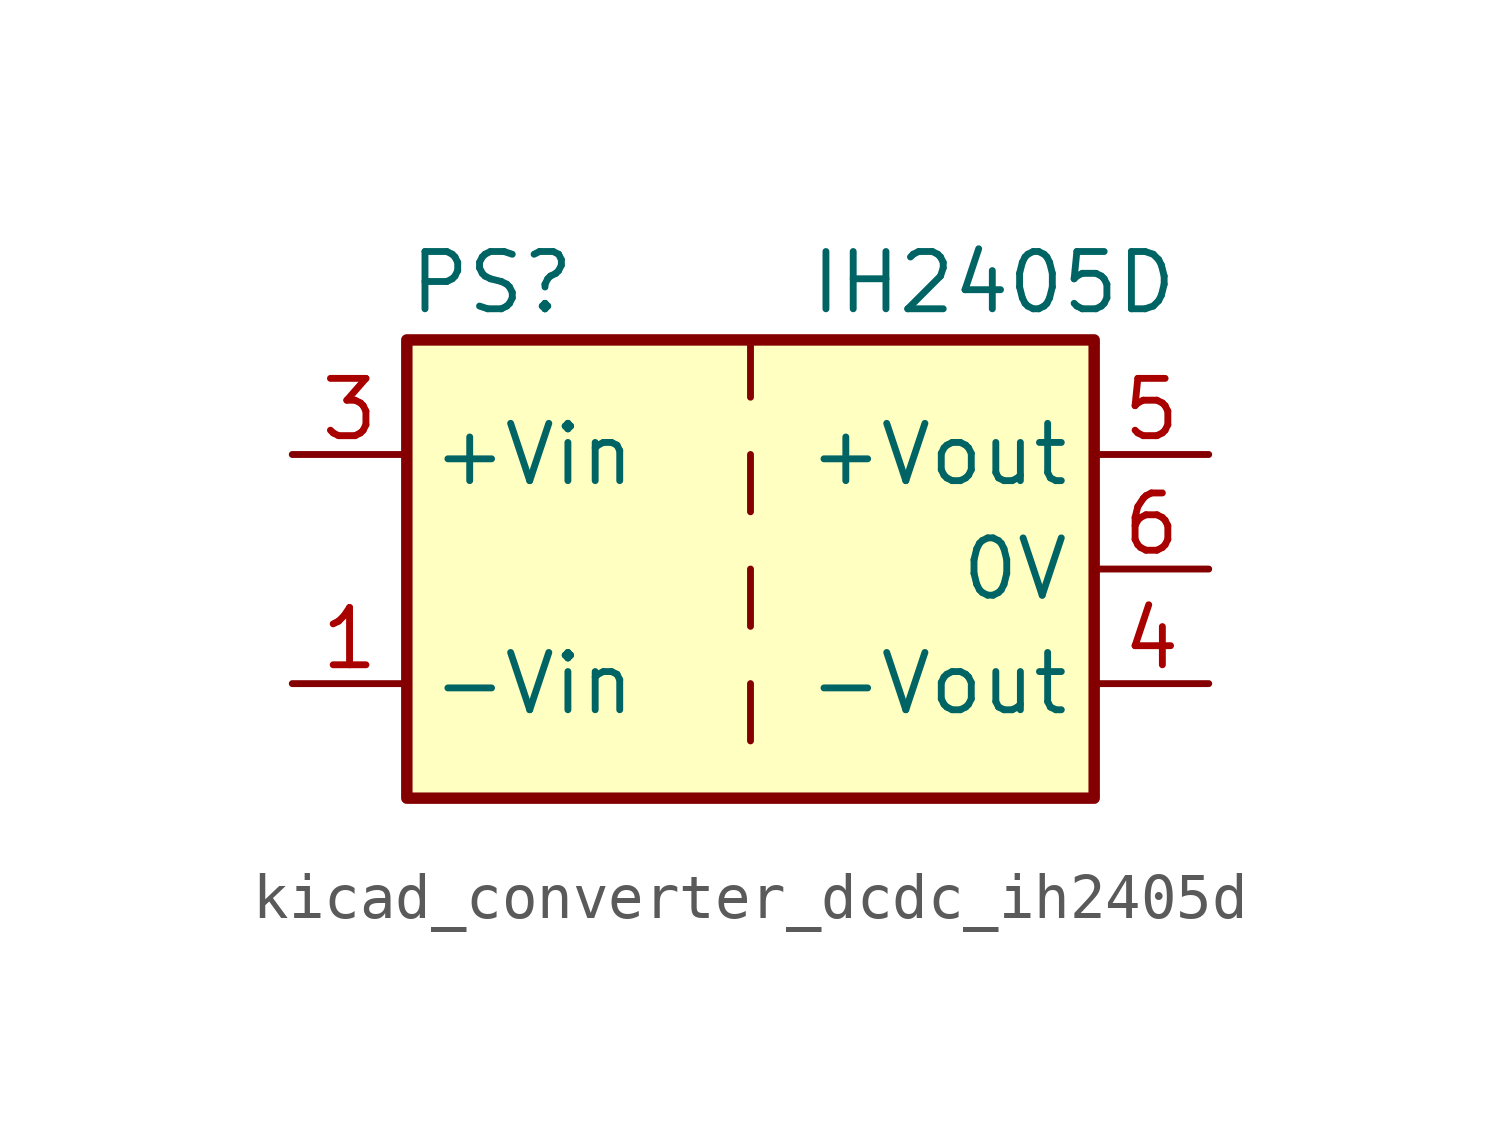
<source format=kicad_sym>
(kicad_symbol_lib
  (version 20220914)
  (generator kicad_symbol_editor)
  (symbol "kicad_converter_dcdc_ih2405d"
    (property "Reference" "PS"
      (at -7.62 6.35 0)
      (effects (font (size 1.27 1.27)) (justify left)))
    (property "Value" "IH2405D"
      (at 1.27 6.35 0)
      (effects (font (size 1.27 1.27)) (justify left)))
    (symbol "kicad_converter_dcdc_ih2405d_0_0"
      (pin power_in line (at -10.16 -2.54 0) (length 2.54) (name "-Vin" (effects (font (size 1.27 1.27)))) (number "1" (effects (font (size 1.27 1.27)))))
      (pin power_in line (at -10.16 2.54 0) (length 2.54) (name "+Vin" (effects (font (size 1.27 1.27)))) (number "3" (effects (font (size 1.27 1.27)))))
      (pin power_out line (at 10.16 -2.54 180) (length 2.54) (name "-Vout" (effects (font (size 1.27 1.27)))) (number "4" (effects (font (size 1.27 1.27)))))
      (pin power_out line (at 10.16 2.54 180) (length 2.54) (name "+Vout" (effects (font (size 1.27 1.27)))) (number "5" (effects (font (size 1.27 1.27)))))
      (pin power_out line (at 10.16 0 180) (length 2.54) (name "0V" (effects (font (size 1.27 1.27)))) (number "6" (effects (font (size 1.27 1.27))))))
    (symbol "kicad_converter_dcdc_ih2405d_0_1"
      (rectangle (start -7.62 5.08) (end 7.62 -5.08) (stroke (width 0.254) (type default)) (fill (type background)))
      (polyline (pts (xy 0 -2.54) (xy 0 -3.81)) (stroke (width 0) (type default)) (fill (type none)))
      (polyline (pts (xy 0 0) (xy 0 -1.27)) (stroke (width 0) (type default)) (fill (type none)))
      (polyline (pts (xy 0 2.54) (xy 0 1.27)) (stroke (width 0) (type default)) (fill (type none)))
      (polyline (pts (xy 0 5.08) (xy 0 3.81)) (stroke (width 0) (type default)) (fill (type none))))
    (symbol "kicad_converter_dcdc_ih2405d_1_1"
      (pin no_connect line (at 0 -5.08 90) (length 2.54) hide (name "NC" (effects (font (size 1.27 1.27)))) (number "2" (effects (font (size 1.27 1.27))))))))
</source>
